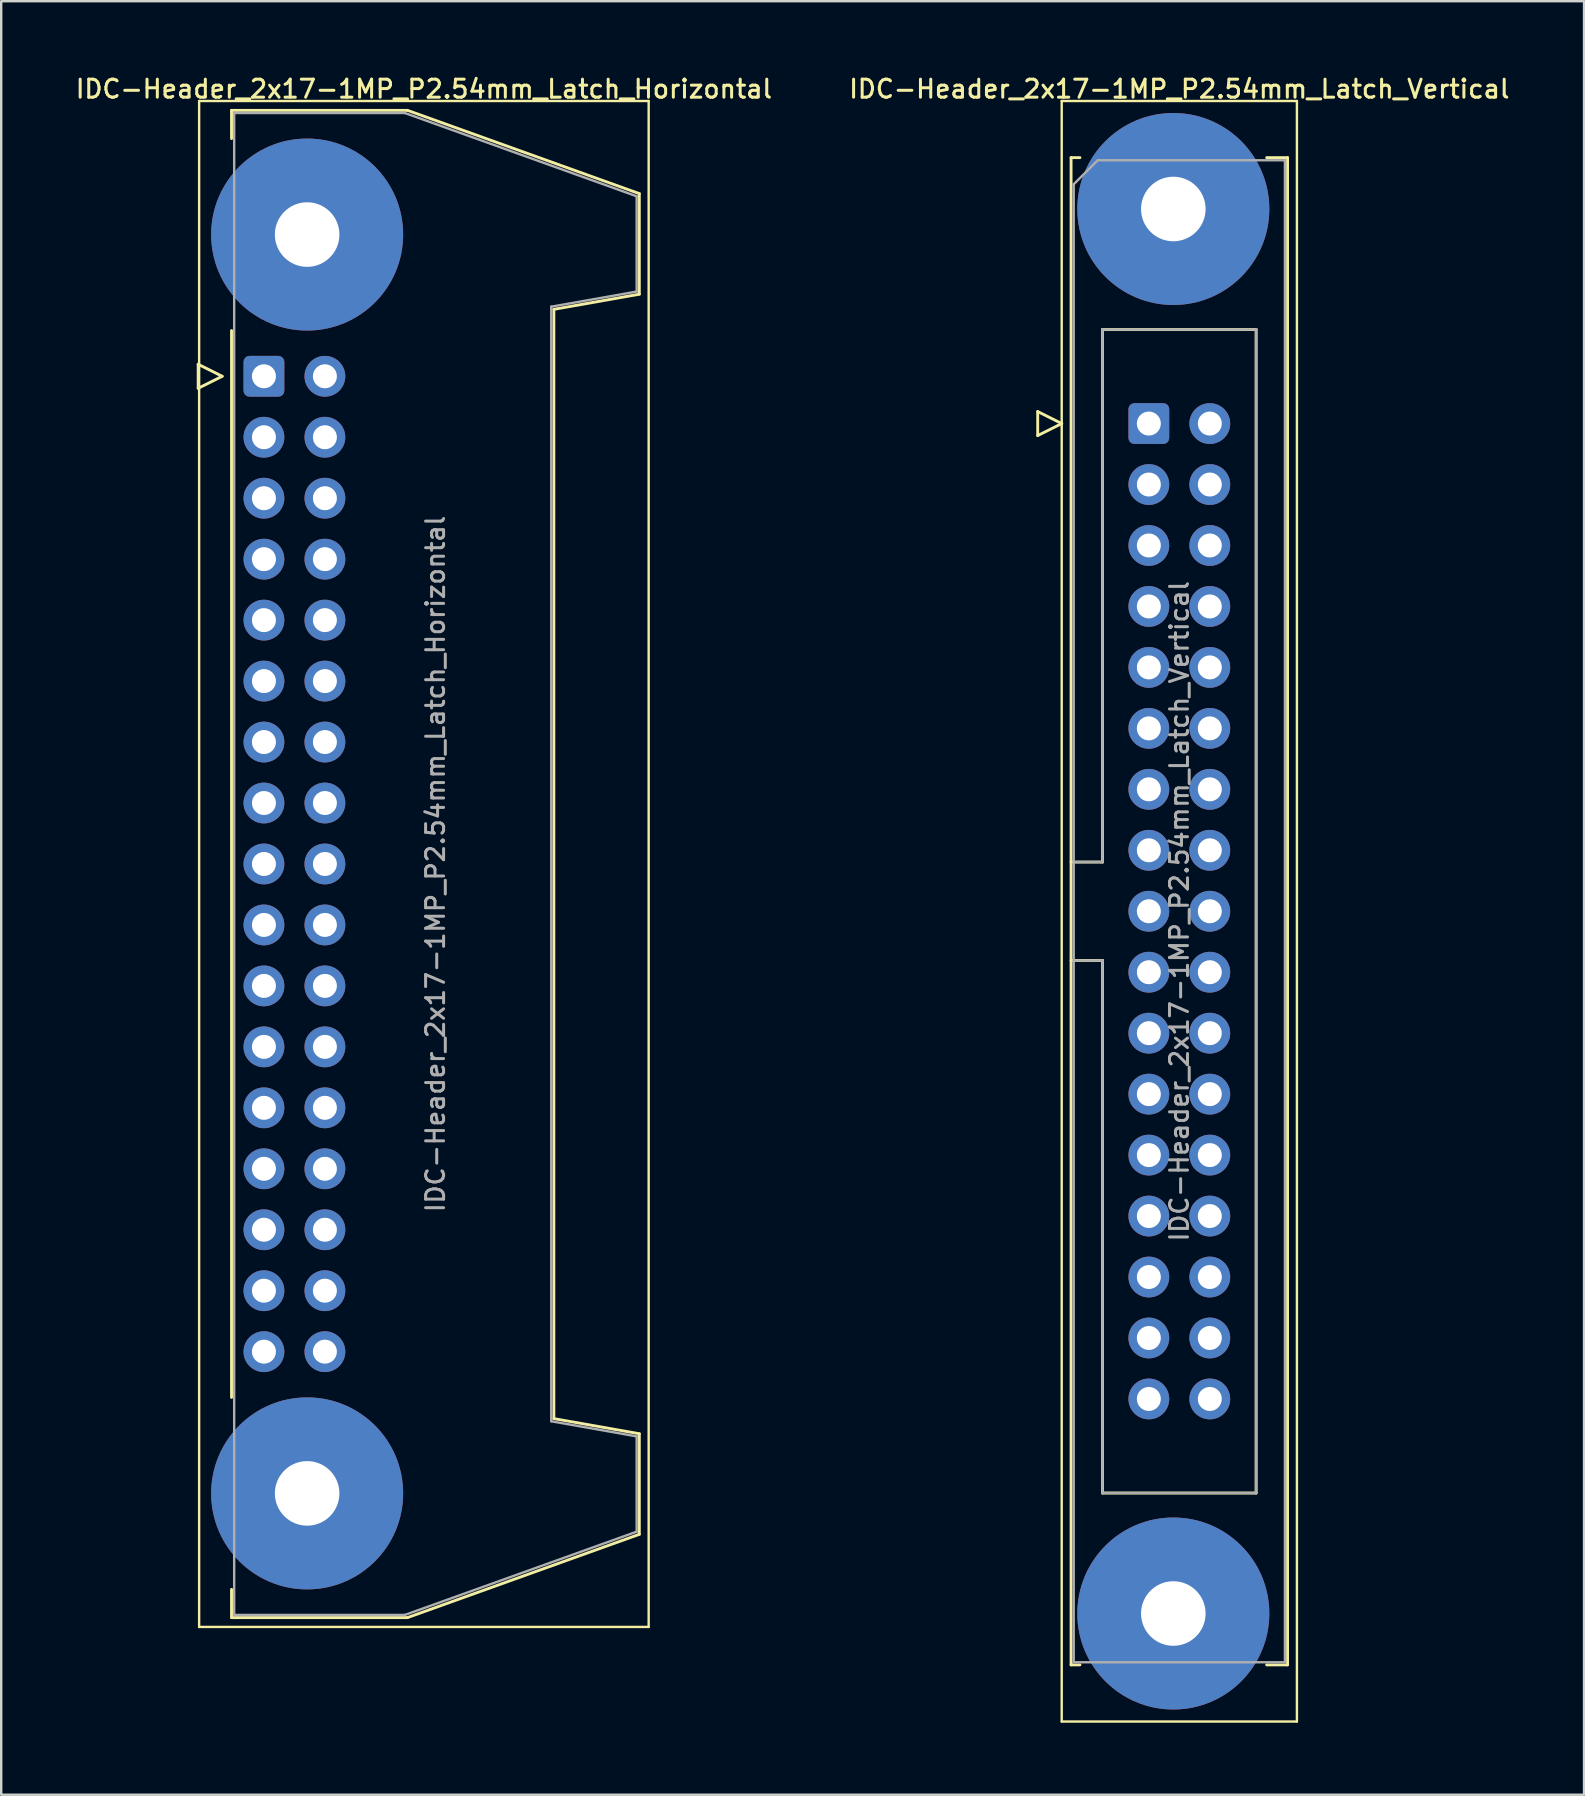
<source format=kicad_pcb>
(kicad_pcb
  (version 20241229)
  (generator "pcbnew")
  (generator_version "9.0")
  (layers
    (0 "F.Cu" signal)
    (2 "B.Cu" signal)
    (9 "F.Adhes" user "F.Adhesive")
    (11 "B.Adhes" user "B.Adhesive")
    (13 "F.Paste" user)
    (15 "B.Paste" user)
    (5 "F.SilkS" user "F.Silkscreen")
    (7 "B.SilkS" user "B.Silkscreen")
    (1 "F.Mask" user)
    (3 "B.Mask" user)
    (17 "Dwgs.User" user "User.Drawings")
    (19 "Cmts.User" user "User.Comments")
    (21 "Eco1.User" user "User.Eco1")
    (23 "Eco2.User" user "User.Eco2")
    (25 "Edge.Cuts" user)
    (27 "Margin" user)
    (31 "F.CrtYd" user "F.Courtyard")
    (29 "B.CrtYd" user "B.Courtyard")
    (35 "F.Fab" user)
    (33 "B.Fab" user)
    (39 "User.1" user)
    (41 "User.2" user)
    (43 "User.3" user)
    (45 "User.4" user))
  (footprint "IDC-Header_2x17-1MP_P2.54mm_Latch_Horizontal"
    (layer "F.Cu")
    (at 7.947 12.628)
    (property "Reference" "IDC-Header_2x17-1MP_P2.54mm_Latch_Horizontal" (at 6.665 -11.97 0) (layer "F.SilkS") (effects (font (size 0.75 0.75) (thickness 0.125))))
    (attr through_hole)
    (fp_line (start -2.74 -0.5) (end -2.74 0.5) (stroke (width 0.12) (type solid)) (layer "F.SilkS"))
    (fp_line (start -2.74 0.5) (end -1.74 0) (stroke (width 0.12) (type solid)) (layer "F.SilkS"))
    (fp_line (start -2.7 -11.47) (end -2.7 52.11) (stroke (width 0.1) (type solid)) (layer "F.SilkS"))
    (fp_line (start -2.7 52.11) (end 16.03 52.11) (stroke (width 0.1) (type solid)) (layer "F.SilkS"))
    (fp_line (start -1.74 0) (end -2.74 -0.5) (stroke (width 0.12) (type solid)) (layer "F.SilkS"))
    (fp_line (start -1.35 -11.08) (end -1.35 -9.905) (stroke (width 0.12) (type solid)) (layer "F.SilkS"))
    (fp_line (start -1.35 -11.08) (end 5.98 -11.08) (stroke (width 0.12) (type solid)) (layer "F.SilkS"))
    (fp_line (start -1.35 -1.905) (end -1.35 42.545) (stroke (width 0.12) (type solid)) (layer "F.SilkS"))
    (fp_line (start -1.35 50.545) (end -1.35 51.72) (stroke (width 0.12) (type solid)) (layer "F.SilkS"))
    (fp_line (start 5.98 -11.08) (end 15.64 -7.61) (stroke (width 0.12) (type solid)) (layer "F.SilkS"))
    (fp_line (start 5.98 51.72) (end -1.35 51.72) (stroke (width 0.12) (type solid)) (layer "F.SilkS"))
    (fp_line (start 12.08 -2.79) (end 12.08 43.43) (stroke (width 0.12) (type solid)) (layer "F.SilkS"))
    (fp_line (start 12.08 43.43) (end 15.64 44.06) (stroke (width 0.12) (type solid)) (layer "F.SilkS"))
    (fp_line (start 15.64 -7.61) (end 15.64 -3.42) (stroke (width 0.12) (type solid)) (layer "F.SilkS"))
    (fp_line (start 15.64 -3.42) (end 12.08 -2.79) (stroke (width 0.12) (type solid)) (layer "F.SilkS"))
    (fp_line (start 15.64 44.06) (end 15.64 48.25) (stroke (width 0.12) (type solid)) (layer "F.SilkS"))
    (fp_line (start 15.64 48.25) (end 5.98 51.72) (stroke (width 0.12) (type solid)) (layer "F.SilkS"))
    (fp_line (start 16.03 -11.47) (end -2.7 -11.47) (stroke (width 0.1) (type solid)) (layer "F.SilkS"))
    (fp_line (start 16.03 52.11) (end 16.03 -11.47) (stroke (width 0.1) (type solid)) (layer "F.SilkS"))
    (fp_line (start -1.24 -10.97) (end 5.87 -10.97) (stroke (width 0.1) (type solid)) (layer "F.Fab"))
    (fp_line (start -1.24 51.61) (end -1.24 -10.97) (stroke (width 0.1) (type solid)) (layer "F.Fab"))
    (fp_line (start 5.87 -10.97) (end 15.53 -7.5) (stroke (width 0.1) (type solid)) (layer "F.Fab"))
    (fp_line (start 5.87 51.61) (end -1.24 51.61) (stroke (width 0.1) (type solid)) (layer "F.Fab"))
    (fp_line (start 11.97 -2.9) (end 11.97 43.54) (stroke (width 0.1) (type solid)) (layer "F.Fab"))
    (fp_line (start 11.97 43.54) (end 15.53 44.17) (stroke (width 0.1) (type solid)) (layer "F.Fab"))
    (fp_line (start 15.53 -7.5) (end 15.53 -3.53) (stroke (width 0.1) (type solid)) (layer "F.Fab"))
    (fp_line (start 15.53 -3.53) (end 11.97 -2.9) (stroke (width 0.1) (type solid)) (layer "F.Fab"))
    (fp_line (start 15.53 44.17) (end 15.53 48.14) (stroke (width 0.1) (type solid)) (layer "F.Fab"))
    (fp_line (start 15.53 48.14) (end 5.87 51.61) (stroke (width 0.1) (type solid)) (layer "F.Fab"))
    (fp_text user "${REFERENCE}" (at 7.145 20.32 90) (layer "F.Fab") (effects (font (size 0.75 0.75) (thickness 0.125))))
    (pad "1" thru_hole roundrect (at 0 0) (size 1.7 1.7) (drill 1) (layers "*.Cu" "*.Mask") (roundrect_rratio 0.147))
    (pad "2" thru_hole circle (at 2.54 0) (size 1.7 1.7) (drill 1) (layers "*.Cu" "*.Mask"))
    (pad "3" thru_hole circle (at 0 2.54) (size 1.7 1.7) (drill 1) (layers "*.Cu" "*.Mask"))
    (pad "4" thru_hole circle (at 2.54 2.54) (size 1.7 1.7) (drill 1) (layers "*.Cu" "*.Mask"))
    (pad "5" thru_hole circle (at 0 5.08) (size 1.7 1.7) (drill 1) (layers "*.Cu" "*.Mask"))
    (pad "6" thru_hole circle (at 2.54 5.08) (size 1.7 1.7) (drill 1) (layers "*.Cu" "*.Mask"))
    (pad "7" thru_hole circle (at 0 7.62) (size 1.7 1.7) (drill 1) (layers "*.Cu" "*.Mask"))
    (pad "8" thru_hole circle (at 2.54 7.62) (size 1.7 1.7) (drill 1) (layers "*.Cu" "*.Mask"))
    (pad "9" thru_hole circle (at 0 10.16) (size 1.7 1.7) (drill 1) (layers "*.Cu" "*.Mask"))
    (pad "10" thru_hole circle (at 2.54 10.16) (size 1.7 1.7) (drill 1) (layers "*.Cu" "*.Mask"))
    (pad "11" thru_hole circle (at 0 12.7) (size 1.7 1.7) (drill 1) (layers "*.Cu" "*.Mask"))
    (pad "12" thru_hole circle (at 2.54 12.7) (size 1.7 1.7) (drill 1) (layers "*.Cu" "*.Mask"))
    (pad "13" thru_hole circle (at 0 15.24) (size 1.7 1.7) (drill 1) (layers "*.Cu" "*.Mask"))
    (pad "14" thru_hole circle (at 2.54 15.24) (size 1.7 1.7) (drill 1) (layers "*.Cu" "*.Mask"))
    (pad "15" thru_hole circle (at 0 17.78) (size 1.7 1.7) (drill 1) (layers "*.Cu" "*.Mask"))
    (pad "16" thru_hole circle (at 2.54 17.78) (size 1.7 1.7) (drill 1) (layers "*.Cu" "*.Mask"))
    (pad "17" thru_hole circle (at 0 20.32) (size 1.7 1.7) (drill 1) (layers "*.Cu" "*.Mask"))
    (pad "18" thru_hole circle (at 2.54 20.32) (size 1.7 1.7) (drill 1) (layers "*.Cu" "*.Mask"))
    (pad "19" thru_hole circle (at 0 22.86) (size 1.7 1.7) (drill 1) (layers "*.Cu" "*.Mask"))
    (pad "20" thru_hole circle (at 2.54 22.86) (size 1.7 1.7) (drill 1) (layers "*.Cu" "*.Mask"))
    (pad "21" thru_hole circle (at 0 25.4) (size 1.7 1.7) (drill 1) (layers "*.Cu" "*.Mask"))
    (pad "22" thru_hole circle (at 2.54 25.4) (size 1.7 1.7) (drill 1) (layers "*.Cu" "*.Mask"))
    (pad "23" thru_hole circle (at 0 27.94) (size 1.7 1.7) (drill 1) (layers "*.Cu" "*.Mask"))
    (pad "24" thru_hole circle (at 2.54 27.94) (size 1.7 1.7) (drill 1) (layers "*.Cu" "*.Mask"))
    (pad "25" thru_hole circle (at 0 30.48) (size 1.7 1.7) (drill 1) (layers "*.Cu" "*.Mask"))
    (pad "26" thru_hole circle (at 2.54 30.48) (size 1.7 1.7) (drill 1) (layers "*.Cu" "*.Mask"))
    (pad "27" thru_hole circle (at 0 33.02) (size 1.7 1.7) (drill 1) (layers "*.Cu" "*.Mask"))
    (pad "28" thru_hole circle (at 2.54 33.02) (size 1.7 1.7) (drill 1) (layers "*.Cu" "*.Mask"))
    (pad "29" thru_hole circle (at 0 35.56) (size 1.7 1.7) (drill 1) (layers "*.Cu" "*.Mask"))
    (pad "30" thru_hole circle (at 2.54 35.56) (size 1.7 1.7) (drill 1) (layers "*.Cu" "*.Mask"))
    (pad "31" thru_hole circle (at 0 38.1) (size 1.7 1.7) (drill 1) (layers "*.Cu" "*.Mask"))
    (pad "32" thru_hole circle (at 2.54 38.1) (size 1.7 1.7) (drill 1) (layers "*.Cu" "*.Mask"))
    (pad "33" thru_hole circle (at 0 40.64) (size 1.7 1.7) (drill 1) (layers "*.Cu" "*.Mask"))
    (pad "34" thru_hole circle (at 2.54 40.64) (size 1.7 1.7) (drill 1) (layers "*.Cu" "*.Mask"))
    (pad "MP" thru_hole circle (at 1.8 -5.905) (size 8 8) (drill 2.69) (layers "*.Cu" "*.Mask"))
    (pad "MP" thru_hole circle (at 1.8 46.545) (size 8 8) (drill 2.69) (layers "*.Cu" "*.Mask")))
  (footprint "IDC-Header_2x17-1MP_P2.54mm_Latch_Vertical"
    (layer "F.Cu")
    (at 44.817 14.598)
    (property "Reference" "IDC-Header_2x17-1MP_P2.54mm_Latch_Vertical" (at 1.27 -13.94 0) (layer "F.SilkS") (effects (font (size 0.75 0.75) (thickness 0.125))))
    (attr through_hole)
    (fp_line (start -4.63 -0.5) (end -4.63 0.5) (stroke (width 0.12) (type solid)) (layer "F.SilkS"))
    (fp_line (start -4.63 0.5) (end -3.63 0) (stroke (width 0.12) (type solid)) (layer "F.SilkS"))
    (fp_line (start -3.63 -13.44) (end -3.63 54.08) (stroke (width 0.1) (type solid)) (layer "F.SilkS"))
    (fp_line (start -3.63 0) (end -4.63 -0.5) (stroke (width 0.12) (type solid)) (layer "F.SilkS"))
    (fp_line (start -3.63 54.08) (end 6.17 54.08) (stroke (width 0.1) (type solid)) (layer "F.SilkS"))
    (fp_line (start -3.24 -11.08) (end -3.24 51.72) (stroke (width 0.12) (type solid)) (layer "F.SilkS"))
    (fp_line (start -3.24 18.27) (end -1.93 18.27) (stroke (width 0.12) (type solid)) (layer "F.SilkS"))
    (fp_line (start -3.24 51.72) (end -2.87 51.72) (stroke (width 0.12) (type solid)) (layer "F.SilkS"))
    (fp_line (start -2.87 -11.08) (end -3.24 -11.08) (stroke (width 0.12) (type solid)) (layer "F.SilkS"))
    (fp_line (start -1.93 -3.92) (end 4.47 -3.92) (stroke (width 0.12) (type solid)) (layer "F.SilkS"))
    (fp_line (start -1.93 18.27) (end -1.93 -3.92) (stroke (width 0.12) (type solid)) (layer "F.SilkS"))
    (fp_line (start -1.93 22.37) (end -3.24 22.37) (stroke (width 0.12) (type solid)) (layer "F.SilkS"))
    (fp_line (start -1.93 22.37) (end -1.93 22.37) (stroke (width 0.12) (type solid)) (layer "F.SilkS"))
    (fp_line (start -1.93 44.56) (end -1.93 22.37) (stroke (width 0.12) (type solid)) (layer "F.SilkS"))
    (fp_line (start 4.47 -3.92) (end 4.47 44.56) (stroke (width 0.12) (type solid)) (layer "F.SilkS"))
    (fp_line (start 4.47 44.56) (end -1.93 44.56) (stroke (width 0.12) (type solid)) (layer "F.SilkS"))
    (fp_line (start 4.91 -11.08) (end 5.78 -11.08) (stroke (width 0.12) (type solid)) (layer "F.SilkS"))
    (fp_line (start 5.78 -11.08) (end 5.78 51.72) (stroke (width 0.12) (type solid)) (layer "F.SilkS"))
    (fp_line (start 5.78 51.72) (end 4.91 51.72) (stroke (width 0.12) (type solid)) (layer "F.SilkS"))
    (fp_line (start 6.17 -13.44) (end -3.63 -13.44) (stroke (width 0.1) (type solid)) (layer "F.SilkS"))
    (fp_line (start 6.17 54.08) (end 6.17 -13.44) (stroke (width 0.1) (type solid)) (layer "F.SilkS"))
    (fp_line (start -3.13 -9.97) (end -2.13 -10.97) (stroke (width 0.1) (type solid)) (layer "F.Fab"))
    (fp_line (start -3.13 18.27) (end -1.93 18.27) (stroke (width 0.1) (type solid)) (layer "F.Fab"))
    (fp_line (start -3.13 51.61) (end -3.13 -9.97) (stroke (width 0.1) (type solid)) (layer "F.Fab"))
    (fp_line (start -2.13 -10.97) (end 5.67 -10.97) (stroke (width 0.1) (type solid)) (layer "F.Fab"))
    (fp_line (start -1.93 -3.92) (end 4.47 -3.92) (stroke (width 0.1) (type solid)) (layer "F.Fab"))
    (fp_line (start -1.93 18.27) (end -1.93 -3.92) (stroke (width 0.1) (type solid)) (layer "F.Fab"))
    (fp_line (start -1.93 22.37) (end -3.13 22.37) (stroke (width 0.1) (type solid)) (layer "F.Fab"))
    (fp_line (start -1.93 22.37) (end -1.93 22.37) (stroke (width 0.1) (type solid)) (layer "F.Fab"))
    (fp_line (start -1.93 44.56) (end -1.93 22.37) (stroke (width 0.1) (type solid)) (layer "F.Fab"))
    (fp_line (start 4.47 -3.92) (end 4.47 44.56) (stroke (width 0.1) (type solid)) (layer "F.Fab"))
    (fp_line (start 4.47 44.56) (end -1.93 44.56) (stroke (width 0.1) (type solid)) (layer "F.Fab"))
    (fp_line (start 5.67 -10.97) (end 5.67 51.61) (stroke (width 0.1) (type solid)) (layer "F.Fab"))
    (fp_line (start 5.67 51.61) (end -3.13 51.61) (stroke (width 0.1) (type solid)) (layer "F.Fab"))
    (fp_text user "${REFERENCE}" (at 1.27 20.32 90) (layer "F.Fab") (effects (font (size 0.75 0.75) (thickness 0.125))))
    (pad "1" thru_hole roundrect (at 0 0) (size 1.7 1.7) (drill 1) (layers "*.Cu" "*.Mask") (roundrect_rratio 0.147))
    (pad "2" thru_hole circle (at 2.54 0) (size 1.7 1.7) (drill 1) (layers "*.Cu" "*.Mask"))
    (pad "3" thru_hole circle (at 0 2.54) (size 1.7 1.7) (drill 1) (layers "*.Cu" "*.Mask"))
    (pad "4" thru_hole circle (at 2.54 2.54) (size 1.7 1.7) (drill 1) (layers "*.Cu" "*.Mask"))
    (pad "5" thru_hole circle (at 0 5.08) (size 1.7 1.7) (drill 1) (layers "*.Cu" "*.Mask"))
    (pad "6" thru_hole circle (at 2.54 5.08) (size 1.7 1.7) (drill 1) (layers "*.Cu" "*.Mask"))
    (pad "7" thru_hole circle (at 0 7.62) (size 1.7 1.7) (drill 1) (layers "*.Cu" "*.Mask"))
    (pad "8" thru_hole circle (at 2.54 7.62) (size 1.7 1.7) (drill 1) (layers "*.Cu" "*.Mask"))
    (pad "9" thru_hole circle (at 0 10.16) (size 1.7 1.7) (drill 1) (layers "*.Cu" "*.Mask"))
    (pad "10" thru_hole circle (at 2.54 10.16) (size 1.7 1.7) (drill 1) (layers "*.Cu" "*.Mask"))
    (pad "11" thru_hole circle (at 0 12.7) (size 1.7 1.7) (drill 1) (layers "*.Cu" "*.Mask"))
    (pad "12" thru_hole circle (at 2.54 12.7) (size 1.7 1.7) (drill 1) (layers "*.Cu" "*.Mask"))
    (pad "13" thru_hole circle (at 0 15.24) (size 1.7 1.7) (drill 1) (layers "*.Cu" "*.Mask"))
    (pad "14" thru_hole circle (at 2.54 15.24) (size 1.7 1.7) (drill 1) (layers "*.Cu" "*.Mask"))
    (pad "15" thru_hole circle (at 0 17.78) (size 1.7 1.7) (drill 1) (layers "*.Cu" "*.Mask"))
    (pad "16" thru_hole circle (at 2.54 17.78) (size 1.7 1.7) (drill 1) (layers "*.Cu" "*.Mask"))
    (pad "17" thru_hole circle (at 0 20.32) (size 1.7 1.7) (drill 1) (layers "*.Cu" "*.Mask"))
    (pad "18" thru_hole circle (at 2.54 20.32) (size 1.7 1.7) (drill 1) (layers "*.Cu" "*.Mask"))
    (pad "19" thru_hole circle (at 0 22.86) (size 1.7 1.7) (drill 1) (layers "*.Cu" "*.Mask"))
    (pad "20" thru_hole circle (at 2.54 22.86) (size 1.7 1.7) (drill 1) (layers "*.Cu" "*.Mask"))
    (pad "21" thru_hole circle (at 0 25.4) (size 1.7 1.7) (drill 1) (layers "*.Cu" "*.Mask"))
    (pad "22" thru_hole circle (at 2.54 25.4) (size 1.7 1.7) (drill 1) (layers "*.Cu" "*.Mask"))
    (pad "23" thru_hole circle (at 0 27.94) (size 1.7 1.7) (drill 1) (layers "*.Cu" "*.Mask"))
    (pad "24" thru_hole circle (at 2.54 27.94) (size 1.7 1.7) (drill 1) (layers "*.Cu" "*.Mask"))
    (pad "25" thru_hole circle (at 0 30.48) (size 1.7 1.7) (drill 1) (layers "*.Cu" "*.Mask"))
    (pad "26" thru_hole circle (at 2.54 30.48) (size 1.7 1.7) (drill 1) (layers "*.Cu" "*.Mask"))
    (pad "27" thru_hole circle (at 0 33.02) (size 1.7 1.7) (drill 1) (layers "*.Cu" "*.Mask"))
    (pad "28" thru_hole circle (at 2.54 33.02) (size 1.7 1.7) (drill 1) (layers "*.Cu" "*.Mask"))
    (pad "29" thru_hole circle (at 0 35.56) (size 1.7 1.7) (drill 1) (layers "*.Cu" "*.Mask"))
    (pad "30" thru_hole circle (at 2.54 35.56) (size 1.7 1.7) (drill 1) (layers "*.Cu" "*.Mask"))
    (pad "31" thru_hole circle (at 0 38.1) (size 1.7 1.7) (drill 1) (layers "*.Cu" "*.Mask"))
    (pad "32" thru_hole circle (at 2.54 38.1) (size 1.7 1.7) (drill 1) (layers "*.Cu" "*.Mask"))
    (pad "33" thru_hole circle (at 0 40.64) (size 1.7 1.7) (drill 1) (layers "*.Cu" "*.Mask"))
    (pad "34" thru_hole circle (at 2.54 40.64) (size 1.7 1.7) (drill 1) (layers "*.Cu" "*.Mask"))
    (pad "MP" thru_hole circle (at 1.02 -8.94) (size 8 8) (drill 2.69) (layers "*.Cu" "*.Mask"))
    (pad "MP" thru_hole circle (at 1.02 49.58) (size 8 8) (drill 2.69) (layers "*.Cu" "*.Mask")))
  (gr_rect
    (start -3 -3)
    (end 62.95 71.728)
    (stroke (width 0.1) (type default))
    (fill no)
    (layer "Edge.Cuts")))
</source>
